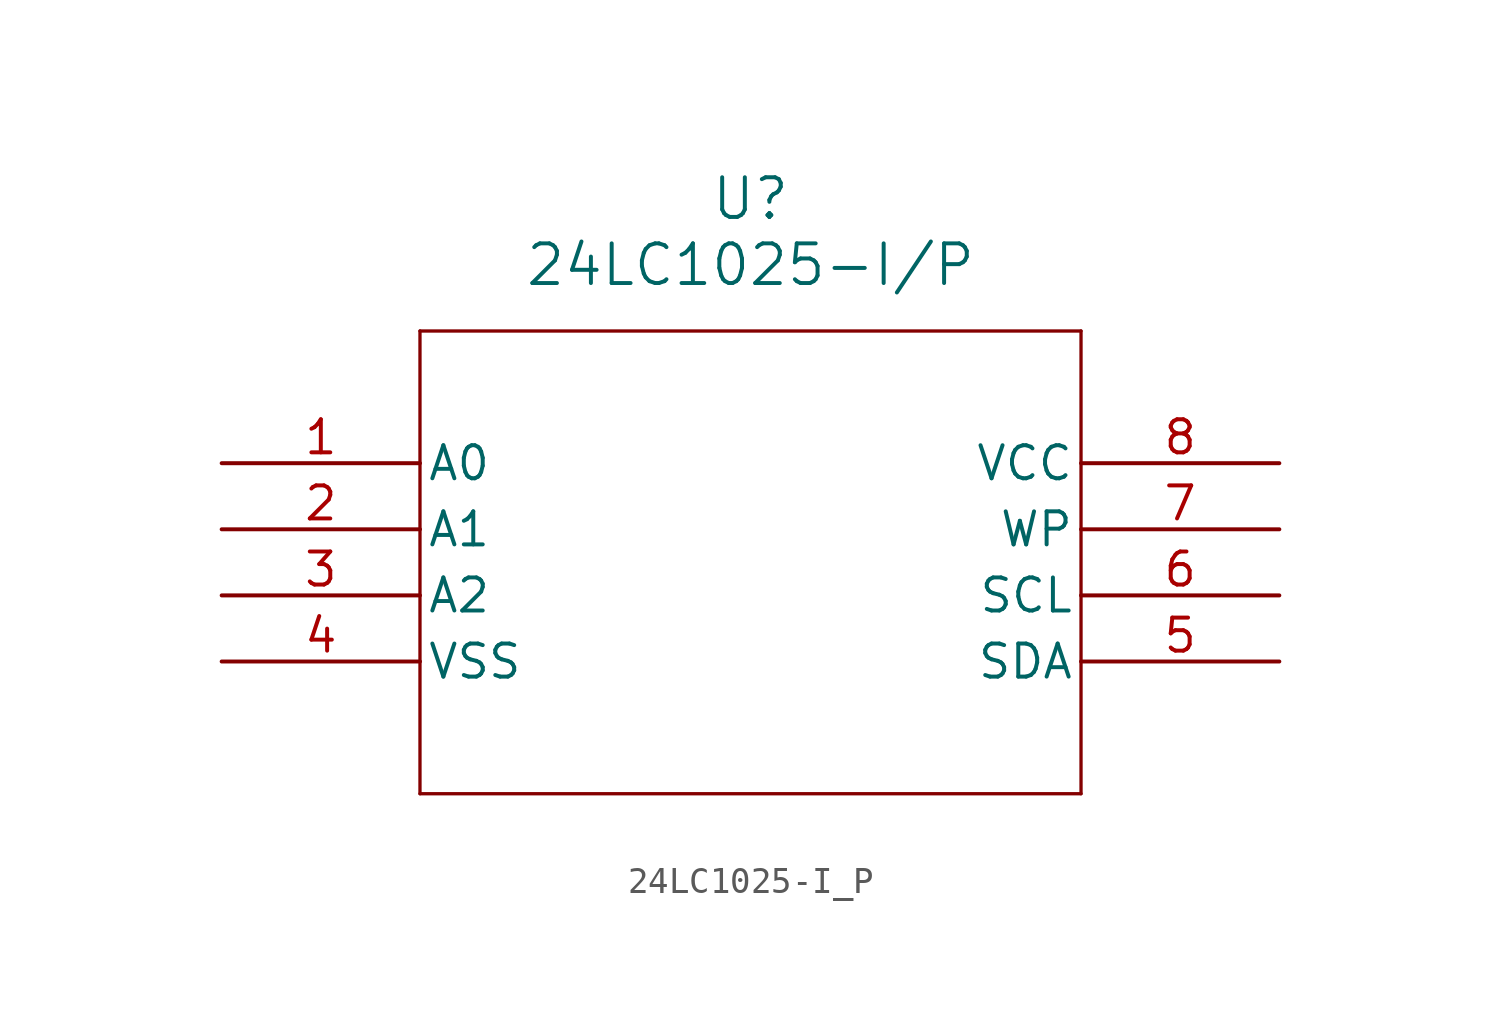
<source format=kicad_sym>
(kicad_symbol_lib
  (version 20211014)
  (generator kicad_symbol_editor)
  (symbol "24LC1025-I_P"
    (pin_names
      (offset 0.254))
    (property "Reference" "U"
      (at 20.32 10.16 0)
      (effects (font (size 1.524 1.524))))
    (property "Value" "24LC1025-I/P"
      (at 20.32 7.62 0)
      (effects (font (size 1.524 1.524))))
    (symbol "24LC1025-I_P_0_1"
      (polyline (pts (xy 7.62 5.08) (xy 7.62 -12.7)) (stroke (width 0.127) (type default) (color 0 0 0 0)) (fill (type none)))
      (polyline (pts (xy 7.62 -12.7) (xy 33.02 -12.7)) (stroke (width 0.127) (type default) (color 0 0 0 0)) (fill (type none)))
      (polyline (pts (xy 33.02 -12.7) (xy 33.02 5.08)) (stroke (width 0.127) (type default) (color 0 0 0 0)) (fill (type none)))
      (polyline (pts (xy 33.02 5.08) (xy 7.62 5.08)) (stroke (width 0.127) (type default) (color 0 0 0 0)) (fill (type none)))
      (pin unspecified line (at 0 0 0) (length 7.62) (name "A0" (effects (font (size 1.27 1.27)))) (number "1" (effects (font (size 1.27 1.27)))))
      (pin unspecified line (at 0 -2.54 0) (length 7.62) (name "A1" (effects (font (size 1.27 1.27)))) (number "2" (effects (font (size 1.27 1.27)))))
      (pin unspecified line (at 0 -5.08 0) (length 7.62) (name "A2" (effects (font (size 1.27 1.27)))) (number "3" (effects (font (size 1.27 1.27)))))
      (pin unspecified line (at 0 -7.62 0) (length 7.62) (name "VSS" (effects (font (size 1.27 1.27)))) (number "4" (effects (font (size 1.27 1.27)))))
      (pin unspecified line (at 40.64 -7.62 180) (length 7.62) (name "SDA" (effects (font (size 1.27 1.27)))) (number "5" (effects (font (size 1.27 1.27)))))
      (pin unspecified line (at 40.64 -5.08 180) (length 7.62) (name "SCL" (effects (font (size 1.27 1.27)))) (number "6" (effects (font (size 1.27 1.27)))))
      (pin unspecified line (at 40.64 -2.54 180) (length 7.62) (name "WP" (effects (font (size 1.27 1.27)))) (number "7" (effects (font (size 1.27 1.27)))))
      (pin unspecified line (at 40.64 0 180) (length 7.62) (name "VCC" (effects (font (size 1.27 1.27)))) (number "8" (effects (font (size 1.27 1.27))))))))
</source>
